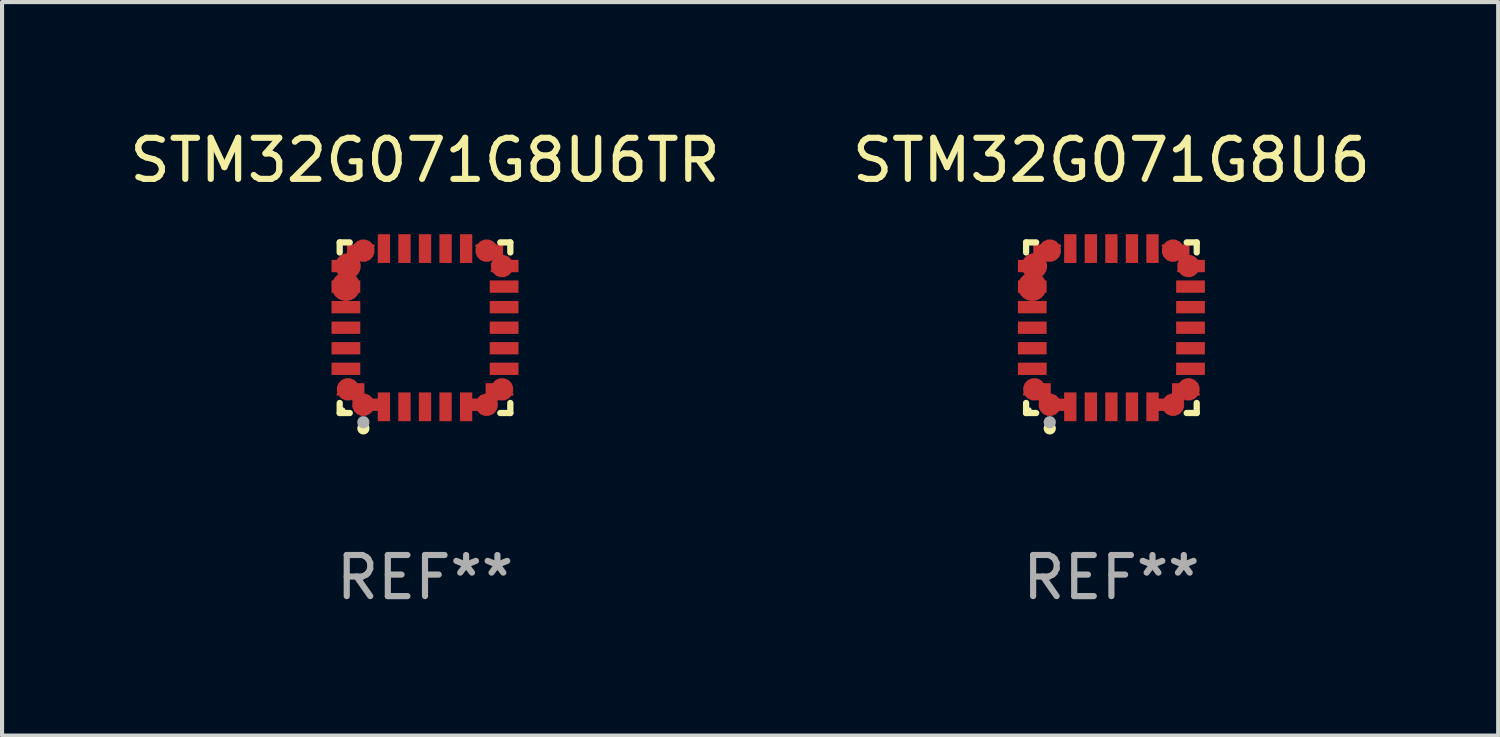
<source format=kicad_pcb>
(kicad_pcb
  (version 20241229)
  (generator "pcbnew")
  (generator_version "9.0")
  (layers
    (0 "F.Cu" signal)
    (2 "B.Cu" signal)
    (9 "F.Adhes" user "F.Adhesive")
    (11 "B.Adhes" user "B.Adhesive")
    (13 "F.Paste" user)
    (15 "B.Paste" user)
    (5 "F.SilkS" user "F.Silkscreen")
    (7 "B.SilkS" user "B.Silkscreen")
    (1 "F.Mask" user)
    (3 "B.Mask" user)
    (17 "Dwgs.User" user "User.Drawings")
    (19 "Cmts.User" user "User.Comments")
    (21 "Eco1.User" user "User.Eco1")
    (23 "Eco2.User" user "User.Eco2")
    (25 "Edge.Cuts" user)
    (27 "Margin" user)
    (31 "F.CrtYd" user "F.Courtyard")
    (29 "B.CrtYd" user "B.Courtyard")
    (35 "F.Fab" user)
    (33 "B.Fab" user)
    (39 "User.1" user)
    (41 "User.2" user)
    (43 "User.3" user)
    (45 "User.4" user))
  (footprint "STM32G071G8U6TR"
    (layer "F.Cu")
    (at 7.292 4.924)
    (property "Reference" "STM32G071G8U6TR" (at 0 -4.076 0) (layer "F.SilkS") (effects (font (size 1 1) (thickness 0.15))))
    (attr through_hole)
    (fp_line (start -2.076 -2.076) (end -1.831 -2.076) (stroke (width 0.152) (type solid)) (layer "F.SilkS"))
    (fp_line (start -2.076 -1.831) (end -2.076 -2.076) (stroke (width 0.152) (type solid)) (layer "F.SilkS"))
    (fp_line (start -2.076 1.831) (end -2.076 2.076) (stroke (width 0.152) (type solid)) (layer "F.SilkS"))
    (fp_line (start -2.076 2.076) (end -1.831 2.076) (stroke (width 0.152) (type solid)) (layer "F.SilkS"))
    (fp_line (start 2.076 -2.076) (end 1.831 -2.076) (stroke (width 0.152) (type solid)) (layer "F.SilkS"))
    (fp_line (start 2.076 -1.831) (end 2.076 -2.076) (stroke (width 0.152) (type solid)) (layer "F.SilkS"))
    (fp_line (start 2.076 1.831) (end 2.076 2.076) (stroke (width 0.152) (type solid)) (layer "F.SilkS"))
    (fp_line (start 2.076 2.076) (end 1.831 2.076) (stroke (width 0.152) (type solid)) (layer "F.SilkS"))
    (fp_circle (center -2 2) (end -1.97 2) (stroke (width 0.06) (type solid)) (fill no) (layer "F.SilkS"))
    (fp_circle (center -1.5 2.45) (end -1.425 2.45) (stroke (width 0.15) (type solid)) (fill no) (layer "F.SilkS"))
    (fp_circle (center -1.5 2.3) (end -1.425 2.3) (stroke (width 0.15) (type solid)) (fill no) (layer "F.Fab"))
    (fp_text user "REF**" (at 0 6.076 0) (layer "F.Fab") (effects (font (size 1 1) (thickness 0.15))))
    (pad "1" smd custom (at -1.5 1.875 90) (size 0.55 0.3) (layers "F.Cu" "F.Mask" "F.Paste") (options (anchor circle)) (primitives (gr_poly (pts (xy -0.15 -0.025) (xy -0.15 0.4) (xy 0.15 0.4) (xy 0.15 -0.275) (xy 0.1 -0.275)) (width 0) (fill yes))))
    (pad "2" smd rect (at -1 1.925) (size 0.3 0.7) (layers "F.Cu" "F.Mask" "F.Paste"))
    (pad "3" smd rect (at -0.5 1.925) (size 0.3 0.7) (layers "F.Cu" "F.Mask" "F.Paste"))
    (pad "4" smd rect (at 0 1.925) (size 0.3 0.7) (layers "F.Cu" "F.Mask" "F.Paste"))
    (pad "5" smd rect (at 0.5 1.925) (size 0.3 0.7) (layers "F.Cu" "F.Mask" "F.Paste"))
    (pad "6" smd rect (at 1 1.925) (size 0.3 0.7) (layers "F.Cu" "F.Mask" "F.Paste"))
    (pad "7" smd custom (at 1.5 1.875 270) (size 0.55 0.3) (layers "F.Cu" "F.Mask" "F.Paste") (options (anchor circle)) (primitives (gr_poly (pts (xy 0.15 -0.025) (xy 0.15 0.4) (xy -0.15 0.4) (xy -0.15 -0.275) (xy -0.1 -0.275)) (width 0) (fill yes))))
    (pad "8" smd custom (at 1.875 1.5 180) (size 0.55 0.3) (layers "F.Cu" "F.Mask" "F.Paste") (options (anchor circle)) (primitives (gr_poly (pts (xy -0.025 0.15) (xy 0.4 0.15) (xy 0.4 -0.15) (xy -0.275 -0.15) (xy -0.275 -0.1)) (width 0) (fill yes))))
    (pad "9" smd rect (at 1.925 1) (size 0.7 0.3) (layers "F.Cu" "F.Mask" "F.Paste"))
    (pad "10" smd rect (at 1.925 0.5) (size 0.7 0.3) (layers "F.Cu" "F.Mask" "F.Paste"))
    (pad "11" smd rect (at 1.925 0) (size 0.7 0.3) (layers "F.Cu" "F.Mask" "F.Paste"))
    (pad "12" smd rect (at 1.925 -0.5) (size 0.7 0.3) (layers "F.Cu" "F.Mask" "F.Paste"))
    (pad "13" smd rect (at 1.925 -1) (size 0.7 0.3) (layers "F.Cu" "F.Mask" "F.Paste"))
    (pad "14" smd custom (at 1.875 -1.5) (size 0.55 0.3) (layers "F.Cu" "F.Mask" "F.Paste") (options (anchor circle)) (primitives (gr_poly (pts (xy -0.025 -0.15) (xy 0.4 -0.15) (xy 0.4 0.15) (xy -0.275 0.15) (xy -0.275 0.1)) (width 0) (fill yes))))
    (pad "15" smd custom (at 1.5 -1.875 270) (size 0.55 0.3) (layers "F.Cu" "F.Mask" "F.Paste") (options (anchor circle)) (primitives (gr_poly (pts (xy 0.15 0.025) (xy 0.15 -0.4) (xy -0.15 -0.4) (xy -0.15 0.275) (xy -0.1 0.275)) (width 0) (fill yes))))
    (pad "16" smd rect (at 1 -1.925) (size 0.3 0.7) (layers "F.Cu" "F.Mask" "F.Paste"))
    (pad "17" smd rect (at 0.5 -1.925) (size 0.3 0.7) (layers "F.Cu" "F.Mask" "F.Paste"))
    (pad "18" smd rect (at 0 -1.925) (size 0.3 0.7) (layers "F.Cu" "F.Mask" "F.Paste"))
    (pad "19" smd rect (at -0.5 -1.925) (size 0.3 0.7) (layers "F.Cu" "F.Mask" "F.Paste"))
    (pad "20" smd rect (at -1 -1.925) (size 0.3 0.7) (layers "F.Cu" "F.Mask" "F.Paste"))
    (pad "21" smd custom (at -1.5 -1.875 90) (size 0.55 0.3) (layers "F.Cu" "F.Mask" "F.Paste") (options (anchor circle)) (primitives (gr_poly (pts (xy -0.15 0.025) (xy -0.15 -0.4) (xy 0.15 -0.4) (xy 0.15 0.275) (xy 0.1 0.275)) (width 0) (fill yes))))
    (pad "22" smd custom (at -1.875 -1.5) (size 0.625 0.3) (layers "F.Cu" "F.Mask" "F.Paste") (options (anchor circle)) (primitives (gr_poly (pts (xy 0.025 -0.15) (xy -0.4 -0.15) (xy -0.4 0.15) (xy 0.275 0.15) (xy 0.275 0.1)) (width 0) (fill yes))))
    (pad "23" smd custom (at -1.925 -1) (size 0.7 0.3) (layers "F.Cu" "F.Mask" "F.Paste") (options (anchor circle)) (primitives (gr_poly (pts (xy -0.35 -0.15) (xy 0.35 -0.15) (xy 0.35 0.15) (xy -0.35 0.15)) (width 0) (fill yes))))
    (pad "24" smd rect (at -1.925 -0.5) (size 0.7 0.3) (layers "F.Cu" "F.Mask" "F.Paste"))
    (pad "25" smd rect (at -1.925 0) (size 0.7 0.3) (layers "F.Cu" "F.Mask" "F.Paste"))
    (pad "26" smd rect (at -1.925 0.5) (size 0.7 0.3) (layers "F.Cu" "F.Mask" "F.Paste"))
    (pad "27" smd rect (at -1.925 1) (size 0.7 0.3) (layers "F.Cu" "F.Mask" "F.Paste"))
    (pad "28" smd custom (at -1.875 1.5 180) (size 0.55 0.3) (layers "F.Cu" "F.Mask" "F.Paste") (options (anchor circle)) (primitives (gr_poly (pts (xy 0.025 0.15) (xy -0.4 0.15) (xy -0.4 -0.15) (xy 0.275 -0.15) (xy 0.275 -0.1)) (width 0) (fill yes)))))
  (footprint "STM32G071G8U6"
    (layer "F.Cu")
    (at 23.994 4.924)
    (property "Reference" "STM32G071G8U6" (at 0 -4.076 0) (layer "F.SilkS") (effects (font (size 1 1) (thickness 0.15))))
    (attr through_hole)
    (fp_line (start -2.076 -2.076) (end -1.831 -2.076) (stroke (width 0.152) (type solid)) (layer "F.SilkS"))
    (fp_line (start -2.076 -1.831) (end -2.076 -2.076) (stroke (width 0.152) (type solid)) (layer "F.SilkS"))
    (fp_line (start -2.076 1.831) (end -2.076 2.076) (stroke (width 0.152) (type solid)) (layer "F.SilkS"))
    (fp_line (start -2.076 2.076) (end -1.831 2.076) (stroke (width 0.152) (type solid)) (layer "F.SilkS"))
    (fp_line (start 2.076 -2.076) (end 1.831 -2.076) (stroke (width 0.152) (type solid)) (layer "F.SilkS"))
    (fp_line (start 2.076 -1.831) (end 2.076 -2.076) (stroke (width 0.152) (type solid)) (layer "F.SilkS"))
    (fp_line (start 2.076 1.831) (end 2.076 2.076) (stroke (width 0.152) (type solid)) (layer "F.SilkS"))
    (fp_line (start 2.076 2.076) (end 1.831 2.076) (stroke (width 0.152) (type solid)) (layer "F.SilkS"))
    (fp_circle (center -2 2) (end -1.97 2) (stroke (width 0.06) (type solid)) (fill no) (layer "F.SilkS"))
    (fp_circle (center -1.5 2.45) (end -1.425 2.45) (stroke (width 0.15) (type solid)) (fill no) (layer "F.SilkS"))
    (fp_circle (center -1.5 2.3) (end -1.425 2.3) (stroke (width 0.15) (type solid)) (fill no) (layer "F.Fab"))
    (fp_text user "REF**" (at 0 6.076 0) (layer "F.Fab") (effects (font (size 1 1) (thickness 0.15))))
    (pad "1" smd custom (at -1.5 1.875 90) (size 0.55 0.3) (layers "F.Cu" "F.Mask" "F.Paste") (options (anchor circle)) (primitives (gr_poly (pts (xy -0.15 -0.025) (xy -0.15 0.4) (xy 0.15 0.4) (xy 0.15 -0.275) (xy 0.1 -0.275)) (width 0) (fill yes))))
    (pad "2" smd rect (at -1 1.925) (size 0.3 0.7) (layers "F.Cu" "F.Mask" "F.Paste"))
    (pad "3" smd rect (at -0.5 1.925) (size 0.3 0.7) (layers "F.Cu" "F.Mask" "F.Paste"))
    (pad "4" smd rect (at 0 1.925) (size 0.3 0.7) (layers "F.Cu" "F.Mask" "F.Paste"))
    (pad "5" smd rect (at 0.5 1.925) (size 0.3 0.7) (layers "F.Cu" "F.Mask" "F.Paste"))
    (pad "6" smd rect (at 1 1.925) (size 0.3 0.7) (layers "F.Cu" "F.Mask" "F.Paste"))
    (pad "7" smd custom (at 1.5 1.875 270) (size 0.55 0.3) (layers "F.Cu" "F.Mask" "F.Paste") (options (anchor circle)) (primitives (gr_poly (pts (xy 0.15 -0.025) (xy 0.15 0.4) (xy -0.15 0.4) (xy -0.15 -0.275) (xy -0.1 -0.275)) (width 0) (fill yes))))
    (pad "8" smd custom (at 1.875 1.5 180) (size 0.55 0.3) (layers "F.Cu" "F.Mask" "F.Paste") (options (anchor circle)) (primitives (gr_poly (pts (xy -0.025 0.15) (xy 0.4 0.15) (xy 0.4 -0.15) (xy -0.275 -0.15) (xy -0.275 -0.1)) (width 0) (fill yes))))
    (pad "9" smd rect (at 1.925 1) (size 0.7 0.3) (layers "F.Cu" "F.Mask" "F.Paste"))
    (pad "10" smd rect (at 1.925 0.5) (size 0.7 0.3) (layers "F.Cu" "F.Mask" "F.Paste"))
    (pad "11" smd rect (at 1.925 0) (size 0.7 0.3) (layers "F.Cu" "F.Mask" "F.Paste"))
    (pad "12" smd rect (at 1.925 -0.5) (size 0.7 0.3) (layers "F.Cu" "F.Mask" "F.Paste"))
    (pad "13" smd rect (at 1.925 -1) (size 0.7 0.3) (layers "F.Cu" "F.Mask" "F.Paste"))
    (pad "14" smd custom (at 1.875 -1.5) (size 0.55 0.3) (layers "F.Cu" "F.Mask" "F.Paste") (options (anchor circle)) (primitives (gr_poly (pts (xy -0.025 -0.15) (xy 0.4 -0.15) (xy 0.4 0.15) (xy -0.275 0.15) (xy -0.275 0.1)) (width 0) (fill yes))))
    (pad "15" smd custom (at 1.5 -1.875 270) (size 0.55 0.3) (layers "F.Cu" "F.Mask" "F.Paste") (options (anchor circle)) (primitives (gr_poly (pts (xy 0.15 0.025) (xy 0.15 -0.4) (xy -0.15 -0.4) (xy -0.15 0.275) (xy -0.1 0.275)) (width 0) (fill yes))))
    (pad "16" smd rect (at 1 -1.925) (size 0.3 0.7) (layers "F.Cu" "F.Mask" "F.Paste"))
    (pad "17" smd rect (at 0.5 -1.925) (size 0.3 0.7) (layers "F.Cu" "F.Mask" "F.Paste"))
    (pad "18" smd rect (at 0 -1.925) (size 0.3 0.7) (layers "F.Cu" "F.Mask" "F.Paste"))
    (pad "19" smd rect (at -0.5 -1.925) (size 0.3 0.7) (layers "F.Cu" "F.Mask" "F.Paste"))
    (pad "20" smd rect (at -1 -1.925) (size 0.3 0.7) (layers "F.Cu" "F.Mask" "F.Paste"))
    (pad "21" smd custom (at -1.5 -1.875 90) (size 0.55 0.3) (layers "F.Cu" "F.Mask" "F.Paste") (options (anchor circle)) (primitives (gr_poly (pts (xy -0.15 0.025) (xy -0.15 -0.4) (xy 0.15 -0.4) (xy 0.15 0.275) (xy 0.1 0.275)) (width 0) (fill yes))))
    (pad "22" smd custom (at -1.875 -1.5) (size 0.625 0.3) (layers "F.Cu" "F.Mask" "F.Paste") (options (anchor circle)) (primitives (gr_poly (pts (xy 0.025 -0.15) (xy -0.4 -0.15) (xy -0.4 0.15) (xy 0.275 0.15) (xy 0.275 0.1)) (width 0) (fill yes))))
    (pad "23" smd custom (at -1.925 -1) (size 0.7 0.3) (layers "F.Cu" "F.Mask" "F.Paste") (options (anchor circle)) (primitives (gr_poly (pts (xy -0.35 -0.15) (xy 0.35 -0.15) (xy 0.35 0.15) (xy -0.35 0.15)) (width 0) (fill yes))))
    (pad "24" smd rect (at -1.925 -0.5) (size 0.7 0.3) (layers "F.Cu" "F.Mask" "F.Paste"))
    (pad "25" smd rect (at -1.925 0) (size 0.7 0.3) (layers "F.Cu" "F.Mask" "F.Paste"))
    (pad "26" smd rect (at -1.925 0.5) (size 0.7 0.3) (layers "F.Cu" "F.Mask" "F.Paste"))
    (pad "27" smd rect (at -1.925 1) (size 0.7 0.3) (layers "F.Cu" "F.Mask" "F.Paste"))
    (pad "28" smd custom (at -1.875 1.5 180) (size 0.55 0.3) (layers "F.Cu" "F.Mask" "F.Paste") (options (anchor circle)) (primitives (gr_poly (pts (xy 0.025 0.15) (xy -0.4 0.15) (xy -0.4 -0.15) (xy 0.275 -0.15) (xy 0.275 -0.1)) (width 0) (fill yes)))))
  (gr_rect
    (start -3 -3)
    (end 33.405 14.849)
    (stroke (width 0.1) (type default))
    (fill no)
    (layer "Edge.Cuts")))
</source>
